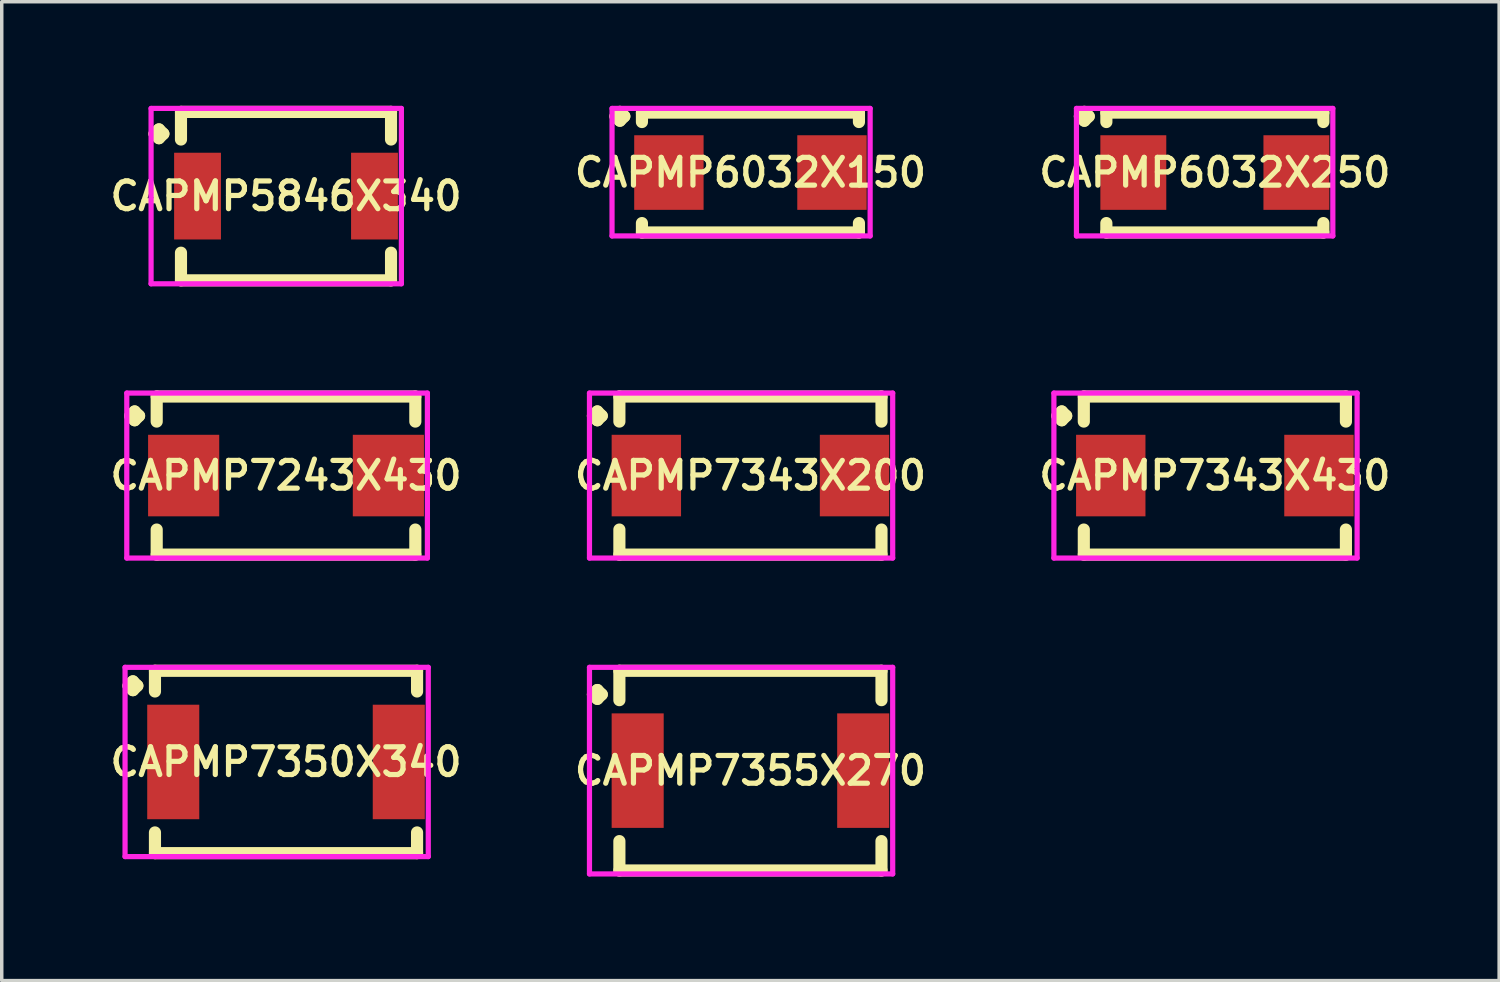
<source format=kicad_pcb>
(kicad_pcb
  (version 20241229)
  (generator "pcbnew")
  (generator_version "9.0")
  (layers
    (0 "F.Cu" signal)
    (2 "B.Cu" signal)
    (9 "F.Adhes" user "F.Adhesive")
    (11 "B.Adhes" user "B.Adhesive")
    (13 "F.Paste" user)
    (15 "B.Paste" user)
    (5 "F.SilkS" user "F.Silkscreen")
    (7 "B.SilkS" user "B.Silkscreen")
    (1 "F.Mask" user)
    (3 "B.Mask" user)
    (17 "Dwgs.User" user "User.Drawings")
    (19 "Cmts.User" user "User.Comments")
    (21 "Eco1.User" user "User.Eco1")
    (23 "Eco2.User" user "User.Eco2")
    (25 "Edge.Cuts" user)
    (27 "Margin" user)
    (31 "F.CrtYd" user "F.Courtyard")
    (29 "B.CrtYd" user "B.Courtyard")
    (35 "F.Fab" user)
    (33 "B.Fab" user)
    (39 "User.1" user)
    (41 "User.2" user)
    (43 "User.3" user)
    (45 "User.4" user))
  (footprint "CAPMP7343X200"
    (layer "F.Cu")
    (at 18.578 10.656)
    (property "Reference" "CAPMP7343X200" (at 0 0 0) (layer "F.SilkS") (effects (font (size 0.8 0.8) (thickness 0.15))))
    (attr smd)
    (fp_line (start -4.539 -1.721) (end -4.412 -1.848) (stroke (width 0.35) (type solid)) (layer "F.SilkS"))
    (fp_line (start -4.412 -1.848) (end -4.285 -1.721) (stroke (width 0.35) (type solid)) (layer "F.SilkS"))
    (fp_line (start -4.412 -1.594) (end -4.539 -1.721) (stroke (width 0.35) (type solid)) (layer "F.SilkS"))
    (fp_line (start -4.285 -1.721) (end -4.412 -1.594) (stroke (width 0.35) (type solid)) (layer "F.SilkS"))
    (fp_line (start -3.777 -2.277) (end 3.777 -2.277) (stroke (width 0.35) (type solid)) (layer "F.SilkS"))
    (fp_line (start -3.777 -1.556) (end -3.777 -2.277) (stroke (width 0.35) (type solid)) (layer "F.SilkS"))
    (fp_line (start -3.777 1.556) (end -3.777 2.277) (stroke (width 0.35) (type solid)) (layer "F.SilkS"))
    (fp_line (start -3.777 2.277) (end 3.777 2.277) (stroke (width 0.35) (type solid)) (layer "F.SilkS"))
    (fp_line (start 3.777 -2.277) (end 3.777 -1.556) (stroke (width 0.35) (type solid)) (layer "F.SilkS"))
    (fp_line (start 3.777 2.277) (end 3.777 1.556) (stroke (width 0.35) (type solid)) (layer "F.SilkS"))
    (fp_line (start -4.639 -2.377) (end 4.1 -2.377) (stroke (width 0.15) (type solid)) (layer "F.CrtYd"))
    (fp_line (start -4.639 2.377) (end -4.639 -2.377) (stroke (width 0.15) (type solid)) (layer "F.CrtYd"))
    (fp_line (start 4.1 -2.377) (end 4.1 2.377) (stroke (width 0.15) (type solid)) (layer "F.CrtYd"))
    (fp_line (start 4.1 2.377) (end -4.639 2.377) (stroke (width 0.15) (type solid)) (layer "F.CrtYd"))
    (pad "1" smd rect (at -3 0) (size 2 2.35) (layers "F.Cu" "F.Mask" "F.Paste"))
    (pad "2" smd rect (at 3 0) (size 2 2.35) (layers "F.Cu" "F.Mask" "F.Paste")))
  (footprint "CAPMP7350X340"
    (layer "F.Cu")
    (at 5.193 18.91)
    (property "Reference" "CAPMP7350X340" (at 0 0 0) (layer "F.SilkS") (effects (font (size 0.8 0.8) (thickness 0.15))))
    (attr smd)
    (fp_line (start -4.539 -2.196) (end -4.412 -2.323) (stroke (width 0.35) (type solid)) (layer "F.SilkS"))
    (fp_line (start -4.412 -2.323) (end -4.285 -2.196) (stroke (width 0.35) (type solid)) (layer "F.SilkS"))
    (fp_line (start -4.412 -2.069) (end -4.539 -2.196) (stroke (width 0.35) (type solid)) (layer "F.SilkS"))
    (fp_line (start -4.285 -2.196) (end -4.412 -2.069) (stroke (width 0.35) (type solid)) (layer "F.SilkS"))
    (fp_line (start -3.777 -2.627) (end 3.777 -2.627) (stroke (width 0.35) (type solid)) (layer "F.SilkS"))
    (fp_line (start -3.777 -2.031) (end -3.777 -2.627) (stroke (width 0.35) (type solid)) (layer "F.SilkS"))
    (fp_line (start -3.777 2.031) (end -3.777 2.627) (stroke (width 0.35) (type solid)) (layer "F.SilkS"))
    (fp_line (start -3.777 2.627) (end 3.777 2.627) (stroke (width 0.35) (type solid)) (layer "F.SilkS"))
    (fp_line (start 3.777 -2.627) (end 3.777 -2.031) (stroke (width 0.35) (type solid)) (layer "F.SilkS"))
    (fp_line (start 3.777 2.627) (end 3.777 2.031) (stroke (width 0.35) (type solid)) (layer "F.SilkS"))
    (fp_line (start -4.639 -2.727) (end 4.1 -2.727) (stroke (width 0.15) (type solid)) (layer "F.CrtYd"))
    (fp_line (start -4.639 2.727) (end -4.639 -2.727) (stroke (width 0.15) (type solid)) (layer "F.CrtYd"))
    (fp_line (start 4.1 -2.727) (end 4.1 2.727) (stroke (width 0.15) (type solid)) (layer "F.CrtYd"))
    (fp_line (start 4.1 2.727) (end -4.639 2.727) (stroke (width 0.15) (type solid)) (layer "F.CrtYd"))
    (pad "1" smd rect (at -3.25 0) (size 1.5 3.3) (layers "F.Cu" "F.Mask" "F.Paste"))
    (pad "2" smd rect (at 3.25 0) (size 1.5 3.3) (layers "F.Cu" "F.Mask" "F.Paste")))
  (footprint "CAPMP5846X340"
    (layer "F.Cu")
    (at 5.193 2.602)
    (property "Reference" "CAPMP5846X340" (at 0 0 0) (layer "F.SilkS") (effects (font (size 0.8 0.8) (thickness 0.15))))
    (attr smd)
    (fp_line (start -3.789 -1.796) (end -3.662 -1.923) (stroke (width 0.35) (type solid)) (layer "F.SilkS"))
    (fp_line (start -3.662 -1.923) (end -3.535 -1.796) (stroke (width 0.35) (type solid)) (layer "F.SilkS"))
    (fp_line (start -3.662 -1.669) (end -3.789 -1.796) (stroke (width 0.35) (type solid)) (layer "F.SilkS"))
    (fp_line (start -3.535 -1.796) (end -3.662 -1.669) (stroke (width 0.35) (type solid)) (layer "F.SilkS"))
    (fp_line (start -3.027 -2.427) (end 3.027 -2.427) (stroke (width 0.35) (type solid)) (layer "F.SilkS"))
    (fp_line (start -3.027 -1.631) (end -3.027 -2.427) (stroke (width 0.35) (type solid)) (layer "F.SilkS"))
    (fp_line (start -3.027 1.631) (end -3.027 2.427) (stroke (width 0.35) (type solid)) (layer "F.SilkS"))
    (fp_line (start -3.027 2.427) (end 3.027 2.427) (stroke (width 0.35) (type solid)) (layer "F.SilkS"))
    (fp_line (start 3.027 -2.427) (end 3.027 -1.631) (stroke (width 0.35) (type solid)) (layer "F.SilkS"))
    (fp_line (start 3.027 2.427) (end 3.027 1.631) (stroke (width 0.35) (type solid)) (layer "F.SilkS"))
    (fp_line (start -3.889 -2.527) (end 3.325 -2.527) (stroke (width 0.15) (type solid)) (layer "F.CrtYd"))
    (fp_line (start -3.889 2.527) (end -3.889 -2.527) (stroke (width 0.15) (type solid)) (layer "F.CrtYd"))
    (fp_line (start 3.325 -2.527) (end 3.325 2.527) (stroke (width 0.15) (type solid)) (layer "F.CrtYd"))
    (fp_line (start 3.325 2.527) (end -3.889 2.527) (stroke (width 0.15) (type solid)) (layer "F.CrtYd"))
    (pad "1" smd rect (at -2.55 0) (size 1.35 2.5) (layers "F.Cu" "F.Mask" "F.Paste"))
    (pad "2" smd rect (at 2.55 0) (size 1.35 2.5) (layers "F.Cu" "F.Mask" "F.Paste")))
  (footprint "CAPMP7355X270"
    (layer "F.Cu")
    (at 18.578 19.16)
    (property "Reference" "CAPMP7355X270" (at 0 0 0) (layer "F.SilkS") (effects (font (size 0.8 0.8) (thickness 0.15))))
    (attr smd)
    (fp_line (start -4.539 -2.196) (end -4.412 -2.323) (stroke (width 0.35) (type solid)) (layer "F.SilkS"))
    (fp_line (start -4.412 -2.323) (end -4.285 -2.196) (stroke (width 0.35) (type solid)) (layer "F.SilkS"))
    (fp_line (start -4.412 -2.069) (end -4.539 -2.196) (stroke (width 0.35) (type solid)) (layer "F.SilkS"))
    (fp_line (start -4.285 -2.196) (end -4.412 -2.069) (stroke (width 0.35) (type solid)) (layer "F.SilkS"))
    (fp_line (start -3.777 -2.877) (end 3.777 -2.877) (stroke (width 0.35) (type solid)) (layer "F.SilkS"))
    (fp_line (start -3.777 -2.031) (end -3.777 -2.877) (stroke (width 0.35) (type solid)) (layer "F.SilkS"))
    (fp_line (start -3.777 2.031) (end -3.777 2.877) (stroke (width 0.35) (type solid)) (layer "F.SilkS"))
    (fp_line (start -3.777 2.877) (end 3.777 2.877) (stroke (width 0.35) (type solid)) (layer "F.SilkS"))
    (fp_line (start 3.777 -2.877) (end 3.777 -2.031) (stroke (width 0.35) (type solid)) (layer "F.SilkS"))
    (fp_line (start 3.777 2.877) (end 3.777 2.031) (stroke (width 0.35) (type solid)) (layer "F.SilkS"))
    (fp_line (start -4.639 -2.977) (end 4.1 -2.977) (stroke (width 0.15) (type solid)) (layer "F.CrtYd"))
    (fp_line (start -4.639 2.977) (end -4.639 -2.977) (stroke (width 0.15) (type solid)) (layer "F.CrtYd"))
    (fp_line (start 4.1 -2.977) (end 4.1 2.977) (stroke (width 0.15) (type solid)) (layer "F.CrtYd"))
    (fp_line (start 4.1 2.977) (end -4.639 2.977) (stroke (width 0.15) (type solid)) (layer "F.CrtYd"))
    (pad "1" smd rect (at -3.25 0) (size 1.5 3.3) (layers "F.Cu" "F.Mask" "F.Paste"))
    (pad "2" smd rect (at 3.25 0) (size 1.5 3.3) (layers "F.Cu" "F.Mask" "F.Paste")))
  (footprint "CAPMP7343X430"
    (layer "F.Cu")
    (at 31.963 10.656)
    (property "Reference" "CAPMP7343X430" (at 0 0 0) (layer "F.SilkS") (effects (font (size 0.8 0.8) (thickness 0.15))))
    (attr smd)
    (fp_line (start -4.539 -1.721) (end -4.412 -1.848) (stroke (width 0.35) (type solid)) (layer "F.SilkS"))
    (fp_line (start -4.412 -1.848) (end -4.285 -1.721) (stroke (width 0.35) (type solid)) (layer "F.SilkS"))
    (fp_line (start -4.412 -1.594) (end -4.539 -1.721) (stroke (width 0.35) (type solid)) (layer "F.SilkS"))
    (fp_line (start -4.285 -1.721) (end -4.412 -1.594) (stroke (width 0.35) (type solid)) (layer "F.SilkS"))
    (fp_line (start -3.777 -2.277) (end 3.777 -2.277) (stroke (width 0.35) (type solid)) (layer "F.SilkS"))
    (fp_line (start -3.777 -1.556) (end -3.777 -2.277) (stroke (width 0.35) (type solid)) (layer "F.SilkS"))
    (fp_line (start -3.777 1.556) (end -3.777 2.277) (stroke (width 0.35) (type solid)) (layer "F.SilkS"))
    (fp_line (start -3.777 2.277) (end 3.777 2.277) (stroke (width 0.35) (type solid)) (layer "F.SilkS"))
    (fp_line (start 3.777 -2.277) (end 3.777 -1.556) (stroke (width 0.35) (type solid)) (layer "F.SilkS"))
    (fp_line (start 3.777 2.277) (end 3.777 1.556) (stroke (width 0.35) (type solid)) (layer "F.SilkS"))
    (fp_line (start -4.639 -2.377) (end 4.1 -2.377) (stroke (width 0.15) (type solid)) (layer "F.CrtYd"))
    (fp_line (start -4.639 2.377) (end -4.639 -2.377) (stroke (width 0.15) (type solid)) (layer "F.CrtYd"))
    (fp_line (start 4.1 -2.377) (end 4.1 2.377) (stroke (width 0.15) (type solid)) (layer "F.CrtYd"))
    (fp_line (start 4.1 2.377) (end -4.639 2.377) (stroke (width 0.15) (type solid)) (layer "F.CrtYd"))
    (pad "1" smd rect (at -3 0) (size 2 2.35) (layers "F.Cu" "F.Mask" "F.Paste"))
    (pad "2" smd rect (at 3 0) (size 2 2.35) (layers "F.Cu" "F.Mask" "F.Paste")))
  (footprint "CAPMP7243X430"
    (layer "F.Cu")
    (at 5.193 10.656)
    (property "Reference" "CAPMP7243X430" (at 0 0 0) (layer "F.SilkS") (effects (font (size 0.8 0.8) (thickness 0.15))))
    (attr smd)
    (fp_line (start -4.489 -1.721) (end -4.362 -1.848) (stroke (width 0.35) (type solid)) (layer "F.SilkS"))
    (fp_line (start -4.362 -1.848) (end -4.235 -1.721) (stroke (width 0.35) (type solid)) (layer "F.SilkS"))
    (fp_line (start -4.362 -1.594) (end -4.489 -1.721) (stroke (width 0.35) (type solid)) (layer "F.SilkS"))
    (fp_line (start -4.235 -1.721) (end -4.362 -1.594) (stroke (width 0.35) (type solid)) (layer "F.SilkS"))
    (fp_line (start -3.727 -2.277) (end 3.727 -2.277) (stroke (width 0.35) (type solid)) (layer "F.SilkS"))
    (fp_line (start -3.727 -1.556) (end -3.727 -2.277) (stroke (width 0.35) (type solid)) (layer "F.SilkS"))
    (fp_line (start -3.727 1.556) (end -3.727 2.277) (stroke (width 0.35) (type solid)) (layer "F.SilkS"))
    (fp_line (start -3.727 2.277) (end 3.727 2.277) (stroke (width 0.35) (type solid)) (layer "F.SilkS"))
    (fp_line (start 3.727 -2.277) (end 3.727 -1.556) (stroke (width 0.35) (type solid)) (layer "F.SilkS"))
    (fp_line (start 3.727 2.277) (end 3.727 1.556) (stroke (width 0.35) (type solid)) (layer "F.SilkS"))
    (fp_line (start -4.589 -2.377) (end 4.075 -2.377) (stroke (width 0.15) (type solid)) (layer "F.CrtYd"))
    (fp_line (start -4.589 2.377) (end -4.589 -2.377) (stroke (width 0.15) (type solid)) (layer "F.CrtYd"))
    (fp_line (start 4.075 -2.377) (end 4.075 2.377) (stroke (width 0.15) (type solid)) (layer "F.CrtYd"))
    (fp_line (start 4.075 2.377) (end -4.589 2.377) (stroke (width 0.15) (type solid)) (layer "F.CrtYd"))
    (pad "1" smd rect (at -2.95 0) (size 2.05 2.35) (layers "F.Cu" "F.Mask" "F.Paste"))
    (pad "2" smd rect (at 2.95 0) (size 2.05 2.35) (layers "F.Cu" "F.Mask" "F.Paste")))
  (footprint "CAPMP6032X150"
    (layer "F.Cu")
    (at 18.578 1.923)
    (property "Reference" "CAPMP6032X150" (at 0 0 0) (layer "F.SilkS") (effects (font (size 0.8 0.8) (thickness 0.15))))
    (attr smd)
    (fp_line (start -3.889 -1.621) (end -3.762 -1.748) (stroke (width 0.35) (type solid)) (layer "F.SilkS"))
    (fp_line (start -3.762 -1.748) (end -3.635 -1.621) (stroke (width 0.35) (type solid)) (layer "F.SilkS"))
    (fp_line (start -3.762 -1.494) (end -3.889 -1.621) (stroke (width 0.35) (type solid)) (layer "F.SilkS"))
    (fp_line (start -3.635 -1.621) (end -3.762 -1.494) (stroke (width 0.35) (type solid)) (layer "F.SilkS"))
    (fp_line (start -3.127 -1.727) (end 3.127 -1.727) (stroke (width 0.35) (type solid)) (layer "F.SilkS"))
    (fp_line (start -3.127 -1.456) (end -3.127 -1.727) (stroke (width 0.35) (type solid)) (layer "F.SilkS"))
    (fp_line (start -3.127 1.456) (end -3.127 1.727) (stroke (width 0.35) (type solid)) (layer "F.SilkS"))
    (fp_line (start -3.127 1.727) (end 3.127 1.727) (stroke (width 0.35) (type solid)) (layer "F.SilkS"))
    (fp_line (start 3.127 -1.727) (end 3.127 -1.456) (stroke (width 0.35) (type solid)) (layer "F.SilkS"))
    (fp_line (start 3.127 1.727) (end 3.127 1.456) (stroke (width 0.35) (type solid)) (layer "F.SilkS"))
    (fp_line (start -3.989 -1.848) (end 3.45 -1.848) (stroke (width 0.15) (type solid)) (layer "F.CrtYd"))
    (fp_line (start -3.989 1.827) (end -3.989 -1.848) (stroke (width 0.15) (type solid)) (layer "F.CrtYd"))
    (fp_line (start 3.45 -1.848) (end 3.45 1.827) (stroke (width 0.15) (type solid)) (layer "F.CrtYd"))
    (fp_line (start 3.45 1.827) (end -3.989 1.827) (stroke (width 0.15) (type solid)) (layer "F.CrtYd"))
    (pad "1" smd rect (at -2.35 0) (size 2 2.15) (layers "F.Cu" "F.Mask" "F.Paste"))
    (pad "2" smd rect (at 2.35 0) (size 2 2.15) (layers "F.Cu" "F.Mask" "F.Paste")))
  (footprint "CAPMP6032X250"
    (layer "F.Cu")
    (at 31.963 1.923)
    (property "Reference" "CAPMP6032X250" (at 0 0 0) (layer "F.SilkS") (effects (font (size 0.8 0.8) (thickness 0.15))))
    (attr smd)
    (fp_line (start -3.889 -1.621) (end -3.762 -1.748) (stroke (width 0.35) (type solid)) (layer "F.SilkS"))
    (fp_line (start -3.762 -1.748) (end -3.635 -1.621) (stroke (width 0.35) (type solid)) (layer "F.SilkS"))
    (fp_line (start -3.762 -1.494) (end -3.889 -1.621) (stroke (width 0.35) (type solid)) (layer "F.SilkS"))
    (fp_line (start -3.635 -1.621) (end -3.762 -1.494) (stroke (width 0.35) (type solid)) (layer "F.SilkS"))
    (fp_line (start -3.127 -1.727) (end 3.127 -1.727) (stroke (width 0.35) (type solid)) (layer "F.SilkS"))
    (fp_line (start -3.127 -1.456) (end -3.127 -1.727) (stroke (width 0.35) (type solid)) (layer "F.SilkS"))
    (fp_line (start -3.127 1.456) (end -3.127 1.727) (stroke (width 0.35) (type solid)) (layer "F.SilkS"))
    (fp_line (start -3.127 1.727) (end 3.127 1.727) (stroke (width 0.35) (type solid)) (layer "F.SilkS"))
    (fp_line (start 3.127 -1.727) (end 3.127 -1.456) (stroke (width 0.35) (type solid)) (layer "F.SilkS"))
    (fp_line (start 3.127 1.727) (end 3.127 1.456) (stroke (width 0.35) (type solid)) (layer "F.SilkS"))
    (fp_line (start -3.989 -1.848) (end 3.4 -1.848) (stroke (width 0.15) (type solid)) (layer "F.CrtYd"))
    (fp_line (start -3.989 1.827) (end -3.989 -1.848) (stroke (width 0.15) (type solid)) (layer "F.CrtYd"))
    (fp_line (start 3.4 -1.848) (end 3.4 1.827) (stroke (width 0.15) (type solid)) (layer "F.CrtYd"))
    (fp_line (start 3.4 1.827) (end -3.989 1.827) (stroke (width 0.15) (type solid)) (layer "F.CrtYd"))
    (pad "1" smd rect (at -2.35 0) (size 1.9 2.15) (layers "F.Cu" "F.Mask" "F.Paste"))
    (pad "2" smd rect (at 2.35 0) (size 1.9 2.15) (layers "F.Cu" "F.Mask" "F.Paste")))
  (gr_rect
    (start -3 -3)
    (end 40.156 25.212)
    (stroke (width 0.1) (type default))
    (fill no)
    (layer "Edge.Cuts")))
</source>
